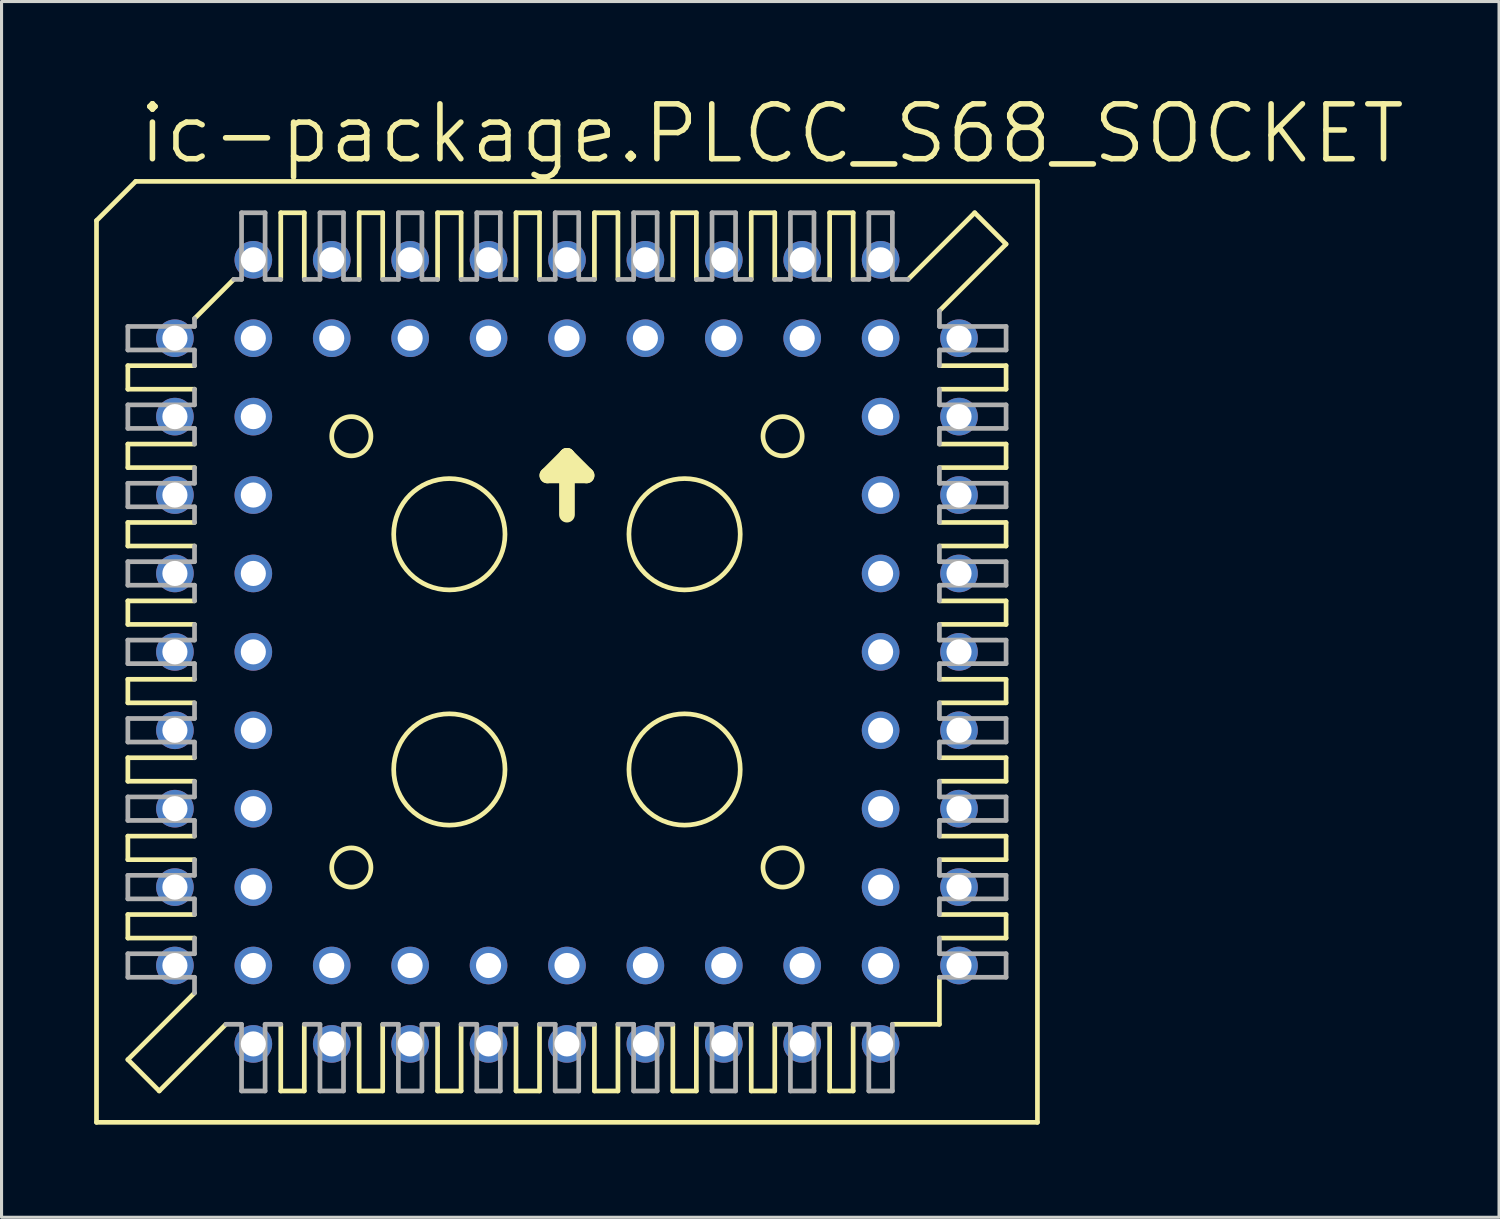
<source format=kicad_pcb>
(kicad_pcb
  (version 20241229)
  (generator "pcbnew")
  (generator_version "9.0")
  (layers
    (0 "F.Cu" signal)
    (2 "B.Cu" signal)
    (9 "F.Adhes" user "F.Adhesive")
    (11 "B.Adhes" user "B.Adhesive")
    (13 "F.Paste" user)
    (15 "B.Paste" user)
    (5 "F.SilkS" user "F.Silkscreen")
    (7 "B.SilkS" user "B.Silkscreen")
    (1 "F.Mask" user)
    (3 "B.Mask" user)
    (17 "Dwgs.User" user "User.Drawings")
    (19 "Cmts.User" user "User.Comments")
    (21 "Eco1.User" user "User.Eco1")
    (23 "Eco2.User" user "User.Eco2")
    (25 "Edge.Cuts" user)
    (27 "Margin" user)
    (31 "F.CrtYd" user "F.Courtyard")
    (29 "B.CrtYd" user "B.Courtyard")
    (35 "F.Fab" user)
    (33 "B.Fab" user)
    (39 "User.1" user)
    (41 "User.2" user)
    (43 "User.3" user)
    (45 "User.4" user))
  (footprint "ic-package.PLCC_S68_SOCKET"
    (layer "F.Cu")
    (at 15.316 18.066)
    (property "Reference" "ic-package.PLCC_S68_SOCKET" (at -13.97 -15.748 0) (layer "F.SilkS") (effects (font (size 1.778 1.778) (thickness 0.18)) (justify left bottom)))
    (attr through_hole)
    (fp_line (start -15.24 -13.97) (end -15.24 15.24) (stroke (width 0.152) (type default)) (layer "F.SilkS"))
    (fp_line (start -14.224 -9.271) (end -14.224 -8.509) (stroke (width 0.152) (type default)) (layer "F.SilkS"))
    (fp_line (start -14.224 -9.271) (end -12.065 -9.271) (stroke (width 0.152) (type default)) (layer "F.SilkS"))
    (fp_line (start -14.224 -6.731) (end -14.224 -5.969) (stroke (width 0.152) (type default)) (layer "F.SilkS"))
    (fp_line (start -14.224 -6.731) (end -12.065 -6.731) (stroke (width 0.152) (type default)) (layer "F.SilkS"))
    (fp_line (start -14.224 -4.191) (end -14.224 -3.429) (stroke (width 0.152) (type default)) (layer "F.SilkS"))
    (fp_line (start -14.224 -4.191) (end -12.065 -4.191) (stroke (width 0.152) (type default)) (layer "F.SilkS"))
    (fp_line (start -14.224 -0.889) (end -14.224 -1.651) (stroke (width 0.152) (type default)) (layer "F.SilkS"))
    (fp_line (start -14.224 -0.889) (end -12.065 -0.889) (stroke (width 0.152) (type default)) (layer "F.SilkS"))
    (fp_line (start -14.224 1.651) (end -14.224 0.889) (stroke (width 0.152) (type default)) (layer "F.SilkS"))
    (fp_line (start -14.224 1.651) (end -12.065 1.651) (stroke (width 0.152) (type default)) (layer "F.SilkS"))
    (fp_line (start -14.224 4.191) (end -14.224 3.429) (stroke (width 0.152) (type default)) (layer "F.SilkS"))
    (fp_line (start -14.224 4.191) (end -12.065 4.191) (stroke (width 0.152) (type default)) (layer "F.SilkS"))
    (fp_line (start -14.224 5.969) (end -14.224 6.731) (stroke (width 0.152) (type default)) (layer "F.SilkS"))
    (fp_line (start -14.224 5.969) (end -12.065 5.969) (stroke (width 0.152) (type default)) (layer "F.SilkS"))
    (fp_line (start -14.224 8.509) (end -14.224 9.271) (stroke (width 0.152) (type default)) (layer "F.SilkS"))
    (fp_line (start -14.224 8.509) (end -12.065 8.509) (stroke (width 0.152) (type default)) (layer "F.SilkS"))
    (fp_line (start -14.224 13.208) (end -12.065 11.049) (stroke (width 0.152) (type default)) (layer "F.SilkS"))
    (fp_line (start -13.97 -15.24) (end -15.24 -13.97) (stroke (width 0.152) (type default)) (layer "F.SilkS"))
    (fp_line (start -13.208 14.224) (end -14.224 13.208) (stroke (width 0.152) (type default)) (layer "F.SilkS"))
    (fp_line (start -13.208 14.224) (end -11.049 12.065) (stroke (width 0.152) (type default)) (layer "F.SilkS"))
    (fp_line (start -12.065 -10.795) (end -10.795 -12.065) (stroke (width 0.152) (type default)) (layer "F.SilkS"))
    (fp_line (start -12.065 -8.509) (end -14.224 -8.509) (stroke (width 0.152) (type default)) (layer "F.SilkS"))
    (fp_line (start -12.065 -5.969) (end -14.224 -5.969) (stroke (width 0.152) (type default)) (layer "F.SilkS"))
    (fp_line (start -12.065 -3.429) (end -14.224 -3.429) (stroke (width 0.152) (type default)) (layer "F.SilkS"))
    (fp_line (start -12.065 -1.651) (end -14.224 -1.651) (stroke (width 0.152) (type default)) (layer "F.SilkS"))
    (fp_line (start -12.065 0.889) (end -14.224 0.889) (stroke (width 0.152) (type default)) (layer "F.SilkS"))
    (fp_line (start -12.065 3.429) (end -14.224 3.429) (stroke (width 0.152) (type default)) (layer "F.SilkS"))
    (fp_line (start -12.065 6.731) (end -14.224 6.731) (stroke (width 0.152) (type default)) (layer "F.SilkS"))
    (fp_line (start -12.065 9.271) (end -14.224 9.271) (stroke (width 0.152) (type default)) (layer "F.SilkS"))
    (fp_line (start -9.271 -12.065) (end -9.271 -14.224) (stroke (width 0.152) (type default)) (layer "F.SilkS"))
    (fp_line (start -9.271 14.224) (end -9.271 12.065) (stroke (width 0.152) (type default)) (layer "F.SilkS"))
    (fp_line (start -9.271 14.224) (end -8.509 14.224) (stroke (width 0.152) (type default)) (layer "F.SilkS"))
    (fp_line (start -8.509 -14.224) (end -9.271 -14.224) (stroke (width 0.152) (type default)) (layer "F.SilkS"))
    (fp_line (start -8.509 -14.224) (end -8.509 -12.065) (stroke (width 0.152) (type default)) (layer "F.SilkS"))
    (fp_line (start -8.509 12.065) (end -8.509 14.224) (stroke (width 0.152) (type default)) (layer "F.SilkS"))
    (fp_line (start -6.731 -12.065) (end -6.731 -14.224) (stroke (width 0.152) (type default)) (layer "F.SilkS"))
    (fp_line (start -6.731 14.224) (end -6.731 12.065) (stroke (width 0.152) (type default)) (layer "F.SilkS"))
    (fp_line (start -6.731 14.224) (end -5.969 14.224) (stroke (width 0.152) (type default)) (layer "F.SilkS"))
    (fp_line (start -5.969 -14.224) (end -6.731 -14.224) (stroke (width 0.152) (type default)) (layer "F.SilkS"))
    (fp_line (start -5.969 -14.224) (end -5.969 -12.065) (stroke (width 0.152) (type default)) (layer "F.SilkS"))
    (fp_line (start -5.969 12.065) (end -5.969 14.224) (stroke (width 0.152) (type default)) (layer "F.SilkS"))
    (fp_line (start -4.191 -12.065) (end -4.191 -14.224) (stroke (width 0.152) (type default)) (layer "F.SilkS"))
    (fp_line (start -4.191 14.224) (end -4.191 12.065) (stroke (width 0.152) (type default)) (layer "F.SilkS"))
    (fp_line (start -4.191 14.224) (end -3.429 14.224) (stroke (width 0.152) (type default)) (layer "F.SilkS"))
    (fp_line (start -3.429 -14.224) (end -4.191 -14.224) (stroke (width 0.152) (type default)) (layer "F.SilkS"))
    (fp_line (start -3.429 -14.224) (end -3.429 -12.065) (stroke (width 0.152) (type default)) (layer "F.SilkS"))
    (fp_line (start -3.429 12.065) (end -3.429 14.224) (stroke (width 0.152) (type default)) (layer "F.SilkS"))
    (fp_line (start -1.651 -12.065) (end -1.651 -14.224) (stroke (width 0.152) (type default)) (layer "F.SilkS"))
    (fp_line (start -1.651 14.224) (end -1.651 12.065) (stroke (width 0.152) (type default)) (layer "F.SilkS"))
    (fp_line (start -1.651 14.224) (end -0.889 14.224) (stroke (width 0.152) (type default)) (layer "F.SilkS"))
    (fp_line (start -0.889 -14.224) (end -1.651 -14.224) (stroke (width 0.152) (type default)) (layer "F.SilkS"))
    (fp_line (start -0.889 -14.224) (end -0.889 -12.065) (stroke (width 0.152) (type default)) (layer "F.SilkS"))
    (fp_line (start -0.889 12.065) (end -0.889 14.224) (stroke (width 0.152) (type default)) (layer "F.SilkS"))
    (fp_line (start -0.635 -5.715) (end 0 -6.35) (stroke (width 0.508) (type default)) (layer "F.SilkS"))
    (fp_line (start 0 -6.35) (end 0 -4.445) (stroke (width 0.508) (type default)) (layer "F.SilkS"))
    (fp_line (start 0 -6.35) (end 0.635 -5.715) (stroke (width 0.508) (type default)) (layer "F.SilkS"))
    (fp_line (start 0.635 -5.715) (end -0.635 -5.715) (stroke (width 0.508) (type default)) (layer "F.SilkS"))
    (fp_line (start 0.889 -12.065) (end 0.889 -14.224) (stroke (width 0.152) (type default)) (layer "F.SilkS"))
    (fp_line (start 0.889 14.224) (end 0.889 12.065) (stroke (width 0.152) (type default)) (layer "F.SilkS"))
    (fp_line (start 0.889 14.224) (end 1.651 14.224) (stroke (width 0.152) (type default)) (layer "F.SilkS"))
    (fp_line (start 1.651 -14.224) (end 0.889 -14.224) (stroke (width 0.152) (type default)) (layer "F.SilkS"))
    (fp_line (start 1.651 -14.224) (end 1.651 -12.065) (stroke (width 0.152) (type default)) (layer "F.SilkS"))
    (fp_line (start 1.651 12.065) (end 1.651 14.224) (stroke (width 0.152) (type default)) (layer "F.SilkS"))
    (fp_line (start 3.429 -12.065) (end 3.429 -14.224) (stroke (width 0.152) (type default)) (layer "F.SilkS"))
    (fp_line (start 3.429 14.224) (end 3.429 12.065) (stroke (width 0.152) (type default)) (layer "F.SilkS"))
    (fp_line (start 3.429 14.224) (end 4.191 14.224) (stroke (width 0.152) (type default)) (layer "F.SilkS"))
    (fp_line (start 4.191 -14.224) (end 3.429 -14.224) (stroke (width 0.152) (type default)) (layer "F.SilkS"))
    (fp_line (start 4.191 -14.224) (end 4.191 -12.065) (stroke (width 0.152) (type default)) (layer "F.SilkS"))
    (fp_line (start 4.191 12.065) (end 4.191 14.224) (stroke (width 0.152) (type default)) (layer "F.SilkS"))
    (fp_line (start 5.969 -12.065) (end 5.969 -14.224) (stroke (width 0.152) (type default)) (layer "F.SilkS"))
    (fp_line (start 5.969 14.224) (end 5.969 12.065) (stroke (width 0.152) (type default)) (layer "F.SilkS"))
    (fp_line (start 5.969 14.224) (end 6.731 14.224) (stroke (width 0.152) (type default)) (layer "F.SilkS"))
    (fp_line (start 6.731 -14.224) (end 5.969 -14.224) (stroke (width 0.152) (type default)) (layer "F.SilkS"))
    (fp_line (start 6.731 -14.224) (end 6.731 -12.065) (stroke (width 0.152) (type default)) (layer "F.SilkS"))
    (fp_line (start 6.731 12.065) (end 6.731 14.224) (stroke (width 0.152) (type default)) (layer "F.SilkS"))
    (fp_line (start 8.509 -12.065) (end 8.509 -14.224) (stroke (width 0.152) (type default)) (layer "F.SilkS"))
    (fp_line (start 8.509 14.224) (end 8.509 12.065) (stroke (width 0.152) (type default)) (layer "F.SilkS"))
    (fp_line (start 8.509 14.224) (end 9.271 14.224) (stroke (width 0.152) (type default)) (layer "F.SilkS"))
    (fp_line (start 9.271 -14.224) (end 8.509 -14.224) (stroke (width 0.152) (type default)) (layer "F.SilkS"))
    (fp_line (start 9.271 -14.224) (end 9.271 -12.065) (stroke (width 0.152) (type default)) (layer "F.SilkS"))
    (fp_line (start 9.271 14.224) (end 9.271 12.065) (stroke (width 0.152) (type default)) (layer "F.SilkS"))
    (fp_line (start 10.541 12.065) (end 12.065 12.065) (stroke (width 0.152) (type default)) (layer "F.SilkS"))
    (fp_line (start 12.065 -9.271) (end 14.224 -9.271) (stroke (width 0.152) (type default)) (layer "F.SilkS"))
    (fp_line (start 12.065 -6.731) (end 14.224 -6.731) (stroke (width 0.152) (type default)) (layer "F.SilkS"))
    (fp_line (start 12.065 -3.429) (end 14.224 -3.429) (stroke (width 0.152) (type default)) (layer "F.SilkS"))
    (fp_line (start 12.065 -0.889) (end 14.224 -0.889) (stroke (width 0.152) (type default)) (layer "F.SilkS"))
    (fp_line (start 12.065 1.651) (end 14.224 1.651) (stroke (width 0.152) (type default)) (layer "F.SilkS"))
    (fp_line (start 12.065 3.429) (end 14.224 3.429) (stroke (width 0.152) (type default)) (layer "F.SilkS"))
    (fp_line (start 12.065 5.969) (end 14.224 5.969) (stroke (width 0.152) (type default)) (layer "F.SilkS"))
    (fp_line (start 12.065 8.509) (end 14.224 8.509) (stroke (width 0.152) (type default)) (layer "F.SilkS"))
    (fp_line (start 12.065 12.065) (end 12.065 10.541) (stroke (width 0.152) (type default)) (layer "F.SilkS"))
    (fp_line (start 13.208 -14.224) (end 11.049 -12.065) (stroke (width 0.152) (type default)) (layer "F.SilkS"))
    (fp_line (start 14.224 -13.208) (end 12.065 -11.049) (stroke (width 0.152) (type default)) (layer "F.SilkS"))
    (fp_line (start 14.224 -13.208) (end 13.208 -14.224) (stroke (width 0.152) (type default)) (layer "F.SilkS"))
    (fp_line (start 14.224 -8.509) (end 12.065 -8.509) (stroke (width 0.152) (type default)) (layer "F.SilkS"))
    (fp_line (start 14.224 -8.509) (end 14.224 -9.271) (stroke (width 0.152) (type default)) (layer "F.SilkS"))
    (fp_line (start 14.224 -5.969) (end 12.065 -5.969) (stroke (width 0.152) (type default)) (layer "F.SilkS"))
    (fp_line (start 14.224 -5.969) (end 14.224 -6.731) (stroke (width 0.152) (type default)) (layer "F.SilkS"))
    (fp_line (start 14.224 -4.191) (end 12.065 -4.191) (stroke (width 0.152) (type default)) (layer "F.SilkS"))
    (fp_line (start 14.224 -4.191) (end 14.224 -3.429) (stroke (width 0.152) (type default)) (layer "F.SilkS"))
    (fp_line (start 14.224 -1.651) (end 12.065 -1.651) (stroke (width 0.152) (type default)) (layer "F.SilkS"))
    (fp_line (start 14.224 -1.651) (end 14.224 -0.889) (stroke (width 0.152) (type default)) (layer "F.SilkS"))
    (fp_line (start 14.224 0.889) (end 12.065 0.889) (stroke (width 0.152) (type default)) (layer "F.SilkS"))
    (fp_line (start 14.224 0.889) (end 14.224 1.651) (stroke (width 0.152) (type default)) (layer "F.SilkS"))
    (fp_line (start 14.224 4.191) (end 12.065 4.191) (stroke (width 0.152) (type default)) (layer "F.SilkS"))
    (fp_line (start 14.224 4.191) (end 14.224 3.429) (stroke (width 0.152) (type default)) (layer "F.SilkS"))
    (fp_line (start 14.224 6.731) (end 12.065 6.731) (stroke (width 0.152) (type default)) (layer "F.SilkS"))
    (fp_line (start 14.224 6.731) (end 14.224 5.969) (stroke (width 0.152) (type default)) (layer "F.SilkS"))
    (fp_line (start 14.224 9.271) (end 12.065 9.271) (stroke (width 0.152) (type default)) (layer "F.SilkS"))
    (fp_line (start 14.224 9.271) (end 14.224 8.509) (stroke (width 0.152) (type default)) (layer "F.SilkS"))
    (fp_line (start 15.24 -15.24) (end -13.97 -15.24) (stroke (width 0.152) (type default)) (layer "F.SilkS"))
    (fp_line (start 15.24 15.24) (end -15.24 15.24) (stroke (width 0.152) (type default)) (layer "F.SilkS"))
    (fp_line (start 15.24 15.24) (end 15.24 -15.24) (stroke (width 0.152) (type default)) (layer "F.SilkS"))
    (fp_circle (center -6.985 -6.985) (end -6.35 -6.985) (stroke (width 0.152) (type default)) (fill no) (layer "F.SilkS"))
    (fp_circle (center -6.985 6.985) (end -6.35 6.985) (stroke (width 0.152) (type default)) (fill no) (layer "F.SilkS"))
    (fp_circle (center -3.81 -3.81) (end -2.007 -3.81) (stroke (width 0.152) (type default)) (fill no) (layer "F.SilkS"))
    (fp_circle (center -3.81 3.81) (end -2.007 3.81) (stroke (width 0.152) (type default)) (fill no) (layer "F.SilkS"))
    (fp_circle (center 3.81 -3.81) (end 5.613 -3.81) (stroke (width 0.152) (type default)) (fill no) (layer "F.SilkS"))
    (fp_circle (center 3.81 3.81) (end 5.613 3.81) (stroke (width 0.152) (type default)) (fill no) (layer "F.SilkS"))
    (fp_circle (center 6.985 -6.985) (end 7.62 -6.985) (stroke (width 0.152) (type default)) (fill no) (layer "F.SilkS"))
    (fp_circle (center 6.985 6.985) (end 7.62 6.985) (stroke (width 0.152) (type default)) (fill no) (layer "F.SilkS"))
    (fp_line (start -14.224 -10.541) (end -14.224 -9.779) (stroke (width 0.152) (type default)) (layer "F.Fab"))
    (fp_line (start -14.224 -10.541) (end -12.065 -10.541) (stroke (width 0.152) (type default)) (layer "F.Fab"))
    (fp_line (start -14.224 -7.239) (end -14.224 -8.001) (stroke (width 0.152) (type default)) (layer "F.Fab"))
    (fp_line (start -14.224 -7.239) (end -12.065 -7.239) (stroke (width 0.152) (type default)) (layer "F.Fab"))
    (fp_line (start -14.224 -5.461) (end -14.224 -4.699) (stroke (width 0.152) (type default)) (layer "F.Fab"))
    (fp_line (start -14.224 -5.461) (end -12.065 -5.461) (stroke (width 0.152) (type default)) (layer "F.Fab"))
    (fp_line (start -14.224 -2.921) (end -14.224 -2.159) (stroke (width 0.152) (type default)) (layer "F.Fab"))
    (fp_line (start -14.224 -2.921) (end -12.065 -2.921) (stroke (width 0.152) (type default)) (layer "F.Fab"))
    (fp_line (start -14.224 0.381) (end -14.224 -0.381) (stroke (width 0.152) (type default)) (layer "F.Fab"))
    (fp_line (start -14.224 0.381) (end -12.065 0.381) (stroke (width 0.152) (type default)) (layer "F.Fab"))
    (fp_line (start -14.224 2.921) (end -14.224 2.159) (stroke (width 0.152) (type default)) (layer "F.Fab"))
    (fp_line (start -14.224 2.921) (end -12.065 2.921) (stroke (width 0.152) (type default)) (layer "F.Fab"))
    (fp_line (start -14.224 5.461) (end -14.224 4.699) (stroke (width 0.152) (type default)) (layer "F.Fab"))
    (fp_line (start -14.224 5.461) (end -12.065 5.461) (stroke (width 0.152) (type default)) (layer "F.Fab"))
    (fp_line (start -14.224 7.239) (end -14.224 8.001) (stroke (width 0.152) (type default)) (layer "F.Fab"))
    (fp_line (start -14.224 7.239) (end -12.065 7.239) (stroke (width 0.152) (type default)) (layer "F.Fab"))
    (fp_line (start -14.224 9.779) (end -12.065 9.779) (stroke (width 0.152) (type default)) (layer "F.Fab"))
    (fp_line (start -14.224 10.541) (end -14.224 9.779) (stroke (width 0.152) (type default)) (layer "F.Fab"))
    (fp_line (start -14.224 10.541) (end -12.065 10.541) (stroke (width 0.152) (type default)) (layer "F.Fab"))
    (fp_line (start -12.065 -10.541) (end -12.065 -10.795) (stroke (width 0.152) (type default)) (layer "F.Fab"))
    (fp_line (start -12.065 -9.779) (end -14.224 -9.779) (stroke (width 0.152) (type default)) (layer "F.Fab"))
    (fp_line (start -12.065 -9.779) (end -12.065 -9.271) (stroke (width 0.152) (type default)) (layer "F.Fab"))
    (fp_line (start -12.065 -8.001) (end -14.224 -8.001) (stroke (width 0.152) (type default)) (layer "F.Fab"))
    (fp_line (start -12.065 -8.001) (end -12.065 -8.509) (stroke (width 0.152) (type default)) (layer "F.Fab"))
    (fp_line (start -12.065 -6.731) (end -12.065 -7.239) (stroke (width 0.152) (type default)) (layer "F.Fab"))
    (fp_line (start -12.065 -5.969) (end -12.065 -5.461) (stroke (width 0.152) (type default)) (layer "F.Fab"))
    (fp_line (start -12.065 -4.699) (end -14.224 -4.699) (stroke (width 0.152) (type default)) (layer "F.Fab"))
    (fp_line (start -12.065 -4.699) (end -12.065 -4.191) (stroke (width 0.152) (type default)) (layer "F.Fab"))
    (fp_line (start -12.065 -3.429) (end -12.065 -2.921) (stroke (width 0.152) (type default)) (layer "F.Fab"))
    (fp_line (start -12.065 -2.159) (end -14.224 -2.159) (stroke (width 0.152) (type default)) (layer "F.Fab"))
    (fp_line (start -12.065 -2.159) (end -12.065 -1.651) (stroke (width 0.152) (type default)) (layer "F.Fab"))
    (fp_line (start -12.065 -0.381) (end -14.224 -0.381) (stroke (width 0.152) (type default)) (layer "F.Fab"))
    (fp_line (start -12.065 -0.381) (end -12.065 -0.889) (stroke (width 0.152) (type default)) (layer "F.Fab"))
    (fp_line (start -12.065 0.889) (end -12.065 0.381) (stroke (width 0.152) (type default)) (layer "F.Fab"))
    (fp_line (start -12.065 2.159) (end -14.224 2.159) (stroke (width 0.152) (type default)) (layer "F.Fab"))
    (fp_line (start -12.065 2.159) (end -12.065 1.651) (stroke (width 0.152) (type default)) (layer "F.Fab"))
    (fp_line (start -12.065 3.429) (end -12.065 2.921) (stroke (width 0.152) (type default)) (layer "F.Fab"))
    (fp_line (start -12.065 4.699) (end -14.224 4.699) (stroke (width 0.152) (type default)) (layer "F.Fab"))
    (fp_line (start -12.065 4.699) (end -12.065 4.191) (stroke (width 0.152) (type default)) (layer "F.Fab"))
    (fp_line (start -12.065 5.461) (end -12.065 5.969) (stroke (width 0.152) (type default)) (layer "F.Fab"))
    (fp_line (start -12.065 6.731) (end -12.065 7.239) (stroke (width 0.152) (type default)) (layer "F.Fab"))
    (fp_line (start -12.065 8.001) (end -14.224 8.001) (stroke (width 0.152) (type default)) (layer "F.Fab"))
    (fp_line (start -12.065 8.001) (end -12.065 8.509) (stroke (width 0.152) (type default)) (layer "F.Fab"))
    (fp_line (start -12.065 9.271) (end -12.065 9.779) (stroke (width 0.152) (type default)) (layer "F.Fab"))
    (fp_line (start -12.065 11.049) (end -12.065 10.541) (stroke (width 0.152) (type default)) (layer "F.Fab"))
    (fp_line (start -11.049 12.065) (end -10.541 12.065) (stroke (width 0.152) (type default)) (layer "F.Fab"))
    (fp_line (start -10.795 -12.065) (end -10.541 -12.065) (stroke (width 0.152) (type default)) (layer "F.Fab"))
    (fp_line (start -10.541 -12.065) (end -10.541 -14.224) (stroke (width 0.152) (type default)) (layer "F.Fab"))
    (fp_line (start -10.541 14.224) (end -10.541 12.065) (stroke (width 0.152) (type default)) (layer "F.Fab"))
    (fp_line (start -10.541 14.224) (end -9.779 14.224) (stroke (width 0.152) (type default)) (layer "F.Fab"))
    (fp_line (start -9.779 -14.224) (end -10.541 -14.224) (stroke (width 0.152) (type default)) (layer "F.Fab"))
    (fp_line (start -9.779 -14.224) (end -9.779 -12.065) (stroke (width 0.152) (type default)) (layer "F.Fab"))
    (fp_line (start -9.779 12.065) (end -9.779 14.224) (stroke (width 0.152) (type default)) (layer "F.Fab"))
    (fp_line (start -9.779 12.065) (end -9.271 12.065) (stroke (width 0.152) (type default)) (layer "F.Fab"))
    (fp_line (start -9.271 -12.065) (end -9.779 -12.065) (stroke (width 0.152) (type default)) (layer "F.Fab"))
    (fp_line (start -8.001 -12.065) (end -8.509 -12.065) (stroke (width 0.152) (type default)) (layer "F.Fab"))
    (fp_line (start -8.001 -12.065) (end -8.001 -14.224) (stroke (width 0.152) (type default)) (layer "F.Fab"))
    (fp_line (start -8.001 12.065) (end -8.509 12.065) (stroke (width 0.152) (type default)) (layer "F.Fab"))
    (fp_line (start -8.001 12.065) (end -8.001 14.224) (stroke (width 0.152) (type default)) (layer "F.Fab"))
    (fp_line (start -7.239 -14.224) (end -8.001 -14.224) (stroke (width 0.152) (type default)) (layer "F.Fab"))
    (fp_line (start -7.239 -14.224) (end -7.239 -12.065) (stroke (width 0.152) (type default)) (layer "F.Fab"))
    (fp_line (start -7.239 14.224) (end -8.001 14.224) (stroke (width 0.152) (type default)) (layer "F.Fab"))
    (fp_line (start -7.239 14.224) (end -7.239 12.065) (stroke (width 0.152) (type default)) (layer "F.Fab"))
    (fp_line (start -6.731 -12.065) (end -7.239 -12.065) (stroke (width 0.152) (type default)) (layer "F.Fab"))
    (fp_line (start -6.731 12.065) (end -7.239 12.065) (stroke (width 0.152) (type default)) (layer "F.Fab"))
    (fp_line (start -5.969 12.065) (end -5.461 12.065) (stroke (width 0.152) (type default)) (layer "F.Fab"))
    (fp_line (start -5.461 -12.065) (end -5.969 -12.065) (stroke (width 0.152) (type default)) (layer "F.Fab"))
    (fp_line (start -5.461 -12.065) (end -5.461 -14.224) (stroke (width 0.152) (type default)) (layer "F.Fab"))
    (fp_line (start -5.461 14.224) (end -5.461 12.065) (stroke (width 0.152) (type default)) (layer "F.Fab"))
    (fp_line (start -5.461 14.224) (end -4.699 14.224) (stroke (width 0.152) (type default)) (layer "F.Fab"))
    (fp_line (start -4.699 -14.224) (end -5.461 -14.224) (stroke (width 0.152) (type default)) (layer "F.Fab"))
    (fp_line (start -4.699 -14.224) (end -4.699 -12.065) (stroke (width 0.152) (type default)) (layer "F.Fab"))
    (fp_line (start -4.699 12.065) (end -4.699 14.224) (stroke (width 0.152) (type default)) (layer "F.Fab"))
    (fp_line (start -4.699 12.065) (end -4.191 12.065) (stroke (width 0.152) (type default)) (layer "F.Fab"))
    (fp_line (start -4.191 -12.065) (end -4.699 -12.065) (stroke (width 0.152) (type default)) (layer "F.Fab"))
    (fp_line (start -3.429 12.065) (end -2.921 12.065) (stroke (width 0.152) (type default)) (layer "F.Fab"))
    (fp_line (start -2.921 -12.065) (end -3.429 -12.065) (stroke (width 0.152) (type default)) (layer "F.Fab"))
    (fp_line (start -2.921 -12.065) (end -2.921 -14.224) (stroke (width 0.152) (type default)) (layer "F.Fab"))
    (fp_line (start -2.921 14.224) (end -2.921 12.065) (stroke (width 0.152) (type default)) (layer "F.Fab"))
    (fp_line (start -2.921 14.224) (end -2.159 14.224) (stroke (width 0.152) (type default)) (layer "F.Fab"))
    (fp_line (start -2.159 -14.224) (end -2.921 -14.224) (stroke (width 0.152) (type default)) (layer "F.Fab"))
    (fp_line (start -2.159 -14.224) (end -2.159 -12.065) (stroke (width 0.152) (type default)) (layer "F.Fab"))
    (fp_line (start -2.159 12.065) (end -2.159 14.224) (stroke (width 0.152) (type default)) (layer "F.Fab"))
    (fp_line (start -2.159 12.065) (end -1.651 12.065) (stroke (width 0.152) (type default)) (layer "F.Fab"))
    (fp_line (start -1.651 -12.065) (end -2.159 -12.065) (stroke (width 0.152) (type default)) (layer "F.Fab"))
    (fp_line (start -0.889 12.065) (end -0.381 12.065) (stroke (width 0.152) (type default)) (layer "F.Fab"))
    (fp_line (start -0.381 -12.065) (end -0.889 -12.065) (stroke (width 0.152) (type default)) (layer "F.Fab"))
    (fp_line (start -0.381 -12.065) (end -0.381 -14.224) (stroke (width 0.152) (type default)) (layer "F.Fab"))
    (fp_line (start -0.381 14.224) (end -0.381 12.065) (stroke (width 0.152) (type default)) (layer "F.Fab"))
    (fp_line (start -0.381 14.224) (end 0.381 14.224) (stroke (width 0.152) (type default)) (layer "F.Fab"))
    (fp_line (start 0.381 -14.224) (end -0.381 -14.224) (stroke (width 0.152) (type default)) (layer "F.Fab"))
    (fp_line (start 0.381 -14.224) (end 0.381 -12.065) (stroke (width 0.152) (type default)) (layer "F.Fab"))
    (fp_line (start 0.381 12.065) (end 0.381 14.224) (stroke (width 0.152) (type default)) (layer "F.Fab"))
    (fp_line (start 0.381 12.065) (end 0.889 12.065) (stroke (width 0.152) (type default)) (layer "F.Fab"))
    (fp_line (start 0.889 -12.065) (end 0.381 -12.065) (stroke (width 0.152) (type default)) (layer "F.Fab"))
    (fp_line (start 1.651 12.065) (end 2.159 12.065) (stroke (width 0.152) (type default)) (layer "F.Fab"))
    (fp_line (start 2.159 -12.065) (end 1.651 -12.065) (stroke (width 0.152) (type default)) (layer "F.Fab"))
    (fp_line (start 2.159 -12.065) (end 2.159 -14.224) (stroke (width 0.152) (type default)) (layer "F.Fab"))
    (fp_line (start 2.159 14.224) (end 2.159 12.065) (stroke (width 0.152) (type default)) (layer "F.Fab"))
    (fp_line (start 2.159 14.224) (end 2.921 14.224) (stroke (width 0.152) (type default)) (layer "F.Fab"))
    (fp_line (start 2.921 -14.224) (end 2.159 -14.224) (stroke (width 0.152) (type default)) (layer "F.Fab"))
    (fp_line (start 2.921 -14.224) (end 2.921 -12.065) (stroke (width 0.152) (type default)) (layer "F.Fab"))
    (fp_line (start 2.921 12.065) (end 2.921 14.224) (stroke (width 0.152) (type default)) (layer "F.Fab"))
    (fp_line (start 2.921 12.065) (end 3.429 12.065) (stroke (width 0.152) (type default)) (layer "F.Fab"))
    (fp_line (start 3.429 -12.065) (end 2.921 -12.065) (stroke (width 0.152) (type default)) (layer "F.Fab"))
    (fp_line (start 4.191 12.065) (end 4.699 12.065) (stroke (width 0.152) (type default)) (layer "F.Fab"))
    (fp_line (start 4.699 -12.065) (end 4.191 -12.065) (stroke (width 0.152) (type default)) (layer "F.Fab"))
    (fp_line (start 4.699 -12.065) (end 4.699 -14.224) (stroke (width 0.152) (type default)) (layer "F.Fab"))
    (fp_line (start 4.699 14.224) (end 4.699 12.065) (stroke (width 0.152) (type default)) (layer "F.Fab"))
    (fp_line (start 4.699 14.224) (end 5.461 14.224) (stroke (width 0.152) (type default)) (layer "F.Fab"))
    (fp_line (start 5.461 -14.224) (end 4.699 -14.224) (stroke (width 0.152) (type default)) (layer "F.Fab"))
    (fp_line (start 5.461 -14.224) (end 5.461 -12.065) (stroke (width 0.152) (type default)) (layer "F.Fab"))
    (fp_line (start 5.461 12.065) (end 5.461 14.224) (stroke (width 0.152) (type default)) (layer "F.Fab"))
    (fp_line (start 5.461 12.065) (end 5.969 12.065) (stroke (width 0.152) (type default)) (layer "F.Fab"))
    (fp_line (start 5.969 -12.065) (end 5.461 -12.065) (stroke (width 0.152) (type default)) (layer "F.Fab"))
    (fp_line (start 6.731 -12.065) (end 7.239 -12.065) (stroke (width 0.152) (type default)) (layer "F.Fab"))
    (fp_line (start 6.731 12.065) (end 7.239 12.065) (stroke (width 0.152) (type default)) (layer "F.Fab"))
    (fp_line (start 7.239 -14.224) (end 7.239 -12.065) (stroke (width 0.152) (type default)) (layer "F.Fab"))
    (fp_line (start 7.239 -14.224) (end 8.001 -14.224) (stroke (width 0.152) (type default)) (layer "F.Fab"))
    (fp_line (start 7.239 14.224) (end 7.239 12.065) (stroke (width 0.152) (type default)) (layer "F.Fab"))
    (fp_line (start 7.239 14.224) (end 8.001 14.224) (stroke (width 0.152) (type default)) (layer "F.Fab"))
    (fp_line (start 8.001 -12.065) (end 8.001 -14.224) (stroke (width 0.152) (type default)) (layer "F.Fab"))
    (fp_line (start 8.001 -12.065) (end 8.509 -12.065) (stroke (width 0.152) (type default)) (layer "F.Fab"))
    (fp_line (start 8.001 12.065) (end 8.001 14.224) (stroke (width 0.152) (type default)) (layer "F.Fab"))
    (fp_line (start 8.001 12.065) (end 8.509 12.065) (stroke (width 0.152) (type default)) (layer "F.Fab"))
    (fp_line (start 9.779 -12.065) (end 9.271 -12.065) (stroke (width 0.152) (type default)) (layer "F.Fab"))
    (fp_line (start 9.779 -12.065) (end 9.779 -14.224) (stroke (width 0.152) (type default)) (layer "F.Fab"))
    (fp_line (start 9.779 12.065) (end 9.271 12.065) (stroke (width 0.152) (type default)) (layer "F.Fab"))
    (fp_line (start 9.779 14.224) (end 9.779 12.065) (stroke (width 0.152) (type default)) (layer "F.Fab"))
    (fp_line (start 9.779 14.224) (end 10.541 14.224) (stroke (width 0.152) (type default)) (layer "F.Fab"))
    (fp_line (start 10.541 -14.224) (end 9.779 -14.224) (stroke (width 0.152) (type default)) (layer "F.Fab"))
    (fp_line (start 10.541 -14.224) (end 10.541 -12.065) (stroke (width 0.152) (type default)) (layer "F.Fab"))
    (fp_line (start 10.541 12.065) (end 10.541 14.224) (stroke (width 0.152) (type default)) (layer "F.Fab"))
    (fp_line (start 11.049 -12.065) (end 10.541 -12.065) (stroke (width 0.152) (type default)) (layer "F.Fab"))
    (fp_line (start 12.065 -11.049) (end 12.065 -10.541) (stroke (width 0.152) (type default)) (layer "F.Fab"))
    (fp_line (start 12.065 -9.779) (end 12.065 -9.271) (stroke (width 0.152) (type default)) (layer "F.Fab"))
    (fp_line (start 12.065 -9.779) (end 14.224 -9.779) (stroke (width 0.152) (type default)) (layer "F.Fab"))
    (fp_line (start 12.065 -8.001) (end 12.065 -8.509) (stroke (width 0.152) (type default)) (layer "F.Fab"))
    (fp_line (start 12.065 -8.001) (end 14.224 -8.001) (stroke (width 0.152) (type default)) (layer "F.Fab"))
    (fp_line (start 12.065 -6.731) (end 12.065 -7.239) (stroke (width 0.152) (type default)) (layer "F.Fab"))
    (fp_line (start 12.065 -5.461) (end 12.065 -5.969) (stroke (width 0.152) (type default)) (layer "F.Fab"))
    (fp_line (start 12.065 -4.699) (end 12.065 -4.191) (stroke (width 0.152) (type default)) (layer "F.Fab"))
    (fp_line (start 12.065 -4.699) (end 14.224 -4.699) (stroke (width 0.152) (type default)) (layer "F.Fab"))
    (fp_line (start 12.065 -3.429) (end 12.065 -2.921) (stroke (width 0.152) (type default)) (layer "F.Fab"))
    (fp_line (start 12.065 -2.159) (end 12.065 -1.651) (stroke (width 0.152) (type default)) (layer "F.Fab"))
    (fp_line (start 12.065 -2.159) (end 14.224 -2.159) (stroke (width 0.152) (type default)) (layer "F.Fab"))
    (fp_line (start 12.065 -0.889) (end 12.065 -0.381) (stroke (width 0.152) (type default)) (layer "F.Fab"))
    (fp_line (start 12.065 0.381) (end 12.065 0.889) (stroke (width 0.152) (type default)) (layer "F.Fab"))
    (fp_line (start 12.065 0.381) (end 14.224 0.381) (stroke (width 0.152) (type default)) (layer "F.Fab"))
    (fp_line (start 12.065 1.651) (end 12.065 2.159) (stroke (width 0.152) (type default)) (layer "F.Fab"))
    (fp_line (start 12.065 2.159) (end 14.224 2.159) (stroke (width 0.152) (type default)) (layer "F.Fab"))
    (fp_line (start 12.065 3.429) (end 12.065 2.921) (stroke (width 0.152) (type default)) (layer "F.Fab"))
    (fp_line (start 12.065 4.699) (end 12.065 4.191) (stroke (width 0.152) (type default)) (layer "F.Fab"))
    (fp_line (start 12.065 4.699) (end 14.224 4.699) (stroke (width 0.152) (type default)) (layer "F.Fab"))
    (fp_line (start 12.065 5.969) (end 12.065 5.461) (stroke (width 0.152) (type default)) (layer "F.Fab"))
    (fp_line (start 12.065 6.731) (end 12.065 7.239) (stroke (width 0.152) (type default)) (layer "F.Fab"))
    (fp_line (start 12.065 8.001) (end 12.065 8.509) (stroke (width 0.152) (type default)) (layer "F.Fab"))
    (fp_line (start 12.065 8.001) (end 14.224 8.001) (stroke (width 0.152) (type default)) (layer "F.Fab"))
    (fp_line (start 12.065 9.779) (end 12.065 9.271) (stroke (width 0.152) (type default)) (layer "F.Fab"))
    (fp_line (start 12.065 9.779) (end 14.224 9.779) (stroke (width 0.152) (type default)) (layer "F.Fab"))
    (fp_line (start 14.224 -10.541) (end 12.065 -10.541) (stroke (width 0.152) (type default)) (layer "F.Fab"))
    (fp_line (start 14.224 -10.541) (end 14.224 -9.779) (stroke (width 0.152) (type default)) (layer "F.Fab"))
    (fp_line (start 14.224 -7.239) (end 12.065 -7.239) (stroke (width 0.152) (type default)) (layer "F.Fab"))
    (fp_line (start 14.224 -7.239) (end 14.224 -8.001) (stroke (width 0.152) (type default)) (layer "F.Fab"))
    (fp_line (start 14.224 -5.461) (end 12.065 -5.461) (stroke (width 0.152) (type default)) (layer "F.Fab"))
    (fp_line (start 14.224 -5.461) (end 14.224 -4.699) (stroke (width 0.152) (type default)) (layer "F.Fab"))
    (fp_line (start 14.224 -2.921) (end 12.065 -2.921) (stroke (width 0.152) (type default)) (layer "F.Fab"))
    (fp_line (start 14.224 -2.921) (end 14.224 -2.159) (stroke (width 0.152) (type default)) (layer "F.Fab"))
    (fp_line (start 14.224 -0.381) (end 12.065 -0.381) (stroke (width 0.152) (type default)) (layer "F.Fab"))
    (fp_line (start 14.224 -0.381) (end 14.224 0.381) (stroke (width 0.152) (type default)) (layer "F.Fab"))
    (fp_line (start 14.224 2.921) (end 12.065 2.921) (stroke (width 0.152) (type default)) (layer "F.Fab"))
    (fp_line (start 14.224 2.921) (end 14.224 2.159) (stroke (width 0.152) (type default)) (layer "F.Fab"))
    (fp_line (start 14.224 5.461) (end 12.065 5.461) (stroke (width 0.152) (type default)) (layer "F.Fab"))
    (fp_line (start 14.224 5.461) (end 14.224 4.699) (stroke (width 0.152) (type default)) (layer "F.Fab"))
    (fp_line (start 14.224 7.239) (end 12.065 7.239) (stroke (width 0.152) (type default)) (layer "F.Fab"))
    (fp_line (start 14.224 7.239) (end 14.224 8.001) (stroke (width 0.152) (type default)) (layer "F.Fab"))
    (fp_line (start 14.224 10.541) (end 12.065 10.541) (stroke (width 0.152) (type default)) (layer "F.Fab"))
    (fp_line (start 14.224 10.541) (end 14.224 9.779) (stroke (width 0.152) (type default)) (layer "F.Fab"))
    (pad "1" thru_hole circle (at 0 -12.7) (size 1.219 1.219) (drill 0.813) (layers "*.Cu" "*.Mask"))
    (pad "2" thru_hole circle (at 0 -10.16) (size 1.219 1.219) (drill 0.813) (layers "*.Cu" "*.Mask"))
    (pad "3" thru_hole circle (at -2.54 -12.7) (size 1.219 1.219) (drill 0.813) (layers "*.Cu" "*.Mask"))
    (pad "4" thru_hole circle (at -2.54 -10.16) (size 1.219 1.219) (drill 0.813) (layers "*.Cu" "*.Mask"))
    (pad "5" thru_hole circle (at -5.08 -12.7) (size 1.219 1.219) (drill 0.813) (layers "*.Cu" "*.Mask"))
    (pad "6" thru_hole circle (at -5.08 -10.16) (size 1.219 1.219) (drill 0.813) (layers "*.Cu" "*.Mask"))
    (pad "7" thru_hole circle (at -7.62 -12.7) (size 1.219 1.219) (drill 0.813) (layers "*.Cu" "*.Mask"))
    (pad "8" thru_hole circle (at -7.62 -10.16) (size 1.219 1.219) (drill 0.813) (layers "*.Cu" "*.Mask"))
    (pad "9" thru_hole circle (at -10.16 -12.7) (size 1.219 1.219) (drill 0.813) (layers "*.Cu" "*.Mask"))
    (pad "10" thru_hole circle (at -12.7 -10.16) (size 1.219 1.219) (drill 0.813) (layers "*.Cu" "*.Mask"))
    (pad "11" thru_hole circle (at -10.16 -10.16) (size 1.219 1.219) (drill 0.813) (layers "*.Cu" "*.Mask"))
    (pad "12" thru_hole circle (at -12.7 -7.62) (size 1.219 1.219) (drill 0.813) (layers "*.Cu" "*.Mask"))
    (pad "13" thru_hole circle (at -10.16 -7.62) (size 1.219 1.219) (drill 0.813) (layers "*.Cu" "*.Mask"))
    (pad "14" thru_hole circle (at -12.7 -5.08) (size 1.219 1.219) (drill 0.813) (layers "*.Cu" "*.Mask"))
    (pad "15" thru_hole circle (at -10.16 -5.08) (size 1.219 1.219) (drill 0.813) (layers "*.Cu" "*.Mask"))
    (pad "16" thru_hole circle (at -12.7 -2.54) (size 1.219 1.219) (drill 0.813) (layers "*.Cu" "*.Mask"))
    (pad "17" thru_hole circle (at -10.16 -2.54) (size 1.219 1.219) (drill 0.813) (layers "*.Cu" "*.Mask"))
    (pad "18" thru_hole circle (at -12.7 0) (size 1.219 1.219) (drill 0.813) (layers "*.Cu" "*.Mask"))
    (pad "19" thru_hole circle (at -10.16 0) (size 1.219 1.219) (drill 0.813) (layers "*.Cu" "*.Mask"))
    (pad "20" thru_hole circle (at -12.7 2.54) (size 1.219 1.219) (drill 0.813) (layers "*.Cu" "*.Mask"))
    (pad "21" thru_hole circle (at -10.16 2.54) (size 1.219 1.219) (drill 0.813) (layers "*.Cu" "*.Mask"))
    (pad "22" thru_hole circle (at -12.7 5.08) (size 1.219 1.219) (drill 0.813) (layers "*.Cu" "*.Mask"))
    (pad "23" thru_hole circle (at -10.16 5.08) (size 1.219 1.219) (drill 0.813) (layers "*.Cu" "*.Mask"))
    (pad "24" thru_hole circle (at -12.7 7.62) (size 1.219 1.219) (drill 0.813) (layers "*.Cu" "*.Mask"))
    (pad "25" thru_hole circle (at -10.16 7.62) (size 1.219 1.219) (drill 0.813) (layers "*.Cu" "*.Mask"))
    (pad "26" thru_hole circle (at -12.7 10.16) (size 1.219 1.219) (drill 0.813) (layers "*.Cu" "*.Mask"))
    (pad "27" thru_hole circle (at -10.16 12.7) (size 1.219 1.219) (drill 0.813) (layers "*.Cu" "*.Mask"))
    (pad "28" thru_hole circle (at -10.16 10.16) (size 1.219 1.219) (drill 0.813) (layers "*.Cu" "*.Mask"))
    (pad "29" thru_hole circle (at -7.62 12.7) (size 1.219 1.219) (drill 0.813) (layers "*.Cu" "*.Mask"))
    (pad "30" thru_hole circle (at -7.62 10.16) (size 1.219 1.219) (drill 0.813) (layers "*.Cu" "*.Mask"))
    (pad "31" thru_hole circle (at -5.08 12.7) (size 1.219 1.219) (drill 0.813) (layers "*.Cu" "*.Mask"))
    (pad "32" thru_hole circle (at -5.08 10.16) (size 1.219 1.219) (drill 0.813) (layers "*.Cu" "*.Mask"))
    (pad "33" thru_hole circle (at -2.54 12.7) (size 1.219 1.219) (drill 0.813) (layers "*.Cu" "*.Mask"))
    (pad "34" thru_hole circle (at -2.54 10.16) (size 1.219 1.219) (drill 0.813) (layers "*.Cu" "*.Mask"))
    (pad "35" thru_hole circle (at 0 12.7) (size 1.219 1.219) (drill 0.813) (layers "*.Cu" "*.Mask"))
    (pad "36" thru_hole circle (at 0 10.16) (size 1.219 1.219) (drill 0.813) (layers "*.Cu" "*.Mask"))
    (pad "37" thru_hole circle (at 2.54 12.7) (size 1.219 1.219) (drill 0.813) (layers "*.Cu" "*.Mask"))
    (pad "38" thru_hole circle (at 2.54 10.16) (size 1.219 1.219) (drill 0.813) (layers "*.Cu" "*.Mask"))
    (pad "39" thru_hole circle (at 5.08 12.7) (size 1.219 1.219) (drill 0.813) (layers "*.Cu" "*.Mask"))
    (pad "40" thru_hole circle (at 5.08 10.16) (size 1.219 1.219) (drill 0.813) (layers "*.Cu" "*.Mask"))
    (pad "41" thru_hole circle (at 7.62 12.7) (size 1.219 1.219) (drill 0.813) (layers "*.Cu" "*.Mask"))
    (pad "42" thru_hole circle (at 7.62 10.16) (size 1.219 1.219) (drill 0.813) (layers "*.Cu" "*.Mask"))
    (pad "43" thru_hole circle (at 10.16 12.7) (size 1.219 1.219) (drill 0.813) (layers "*.Cu" "*.Mask"))
    (pad "44" thru_hole circle (at 12.7 10.16) (size 1.219 1.219) (drill 0.813) (layers "*.Cu" "*.Mask"))
    (pad "45" thru_hole circle (at 10.16 10.16) (size 1.219 1.219) (drill 0.813) (layers "*.Cu" "*.Mask"))
    (pad "46" thru_hole circle (at 12.7 7.62) (size 1.219 1.219) (drill 0.813) (layers "*.Cu" "*.Mask"))
    (pad "47" thru_hole circle (at 10.16 7.62) (size 1.219 1.219) (drill 0.813) (layers "*.Cu" "*.Mask"))
    (pad "48" thru_hole circle (at 12.7 5.08) (size 1.219 1.219) (drill 0.813) (layers "*.Cu" "*.Mask"))
    (pad "49" thru_hole circle (at 10.16 5.08) (size 1.219 1.219) (drill 0.813) (layers "*.Cu" "*.Mask"))
    (pad "50" thru_hole circle (at 12.7 2.54) (size 1.219 1.219) (drill 0.813) (layers "*.Cu" "*.Mask"))
    (pad "51" thru_hole circle (at 10.16 2.54) (size 1.219 1.219) (drill 0.813) (layers "*.Cu" "*.Mask"))
    (pad "52" thru_hole circle (at 12.7 0) (size 1.219 1.219) (drill 0.813) (layers "*.Cu" "*.Mask"))
    (pad "53" thru_hole circle (at 10.16 0) (size 1.219 1.219) (drill 0.813) (layers "*.Cu" "*.Mask"))
    (pad "54" thru_hole circle (at 12.7 -2.54) (size 1.219 1.219) (drill 0.813) (layers "*.Cu" "*.Mask"))
    (pad "55" thru_hole circle (at 10.16 -2.54) (size 1.219 1.219) (drill 0.813) (layers "*.Cu" "*.Mask"))
    (pad "56" thru_hole circle (at 12.7 -5.08) (size 1.219 1.219) (drill 0.813) (layers "*.Cu" "*.Mask"))
    (pad "57" thru_hole circle (at 10.16 -5.08) (size 1.219 1.219) (drill 0.813) (layers "*.Cu" "*.Mask"))
    (pad "58" thru_hole circle (at 12.7 -7.62) (size 1.219 1.219) (drill 0.813) (layers "*.Cu" "*.Mask"))
    (pad "59" thru_hole circle (at 10.16 -7.62) (size 1.219 1.219) (drill 0.813) (layers "*.Cu" "*.Mask"))
    (pad "60" thru_hole circle (at 12.7 -10.16) (size 1.219 1.219) (drill 0.813) (layers "*.Cu" "*.Mask"))
    (pad "61" thru_hole circle (at 10.16 -12.7) (size 1.219 1.219) (drill 0.813) (layers "*.Cu" "*.Mask"))
    (pad "62" thru_hole circle (at 10.16 -10.16) (size 1.219 1.219) (drill 0.813) (layers "*.Cu" "*.Mask"))
    (pad "63" thru_hole circle (at 7.62 -12.7) (size 1.219 1.219) (drill 0.813) (layers "*.Cu" "*.Mask"))
    (pad "64" thru_hole circle (at 7.62 -10.16) (size 1.219 1.219) (drill 0.813) (layers "*.Cu" "*.Mask"))
    (pad "65" thru_hole circle (at 5.08 -12.7) (size 1.219 1.219) (drill 0.813) (layers "*.Cu" "*.Mask"))
    (pad "66" thru_hole circle (at 5.08 -10.16) (size 1.219 1.219) (drill 0.813) (layers "*.Cu" "*.Mask"))
    (pad "67" thru_hole circle (at 2.54 -12.7) (size 1.219 1.219) (drill 0.813) (layers "*.Cu" "*.Mask"))
    (pad "68" thru_hole circle (at 2.54 -10.16) (size 1.219 1.219) (drill 0.813) (layers "*.Cu" "*.Mask")))
  (gr_rect
    (start -3 -3)
    (end 45.509 36.382)
    (stroke (width 0.1) (type default))
    (fill no)
    (layer "Edge.Cuts")))
</source>
